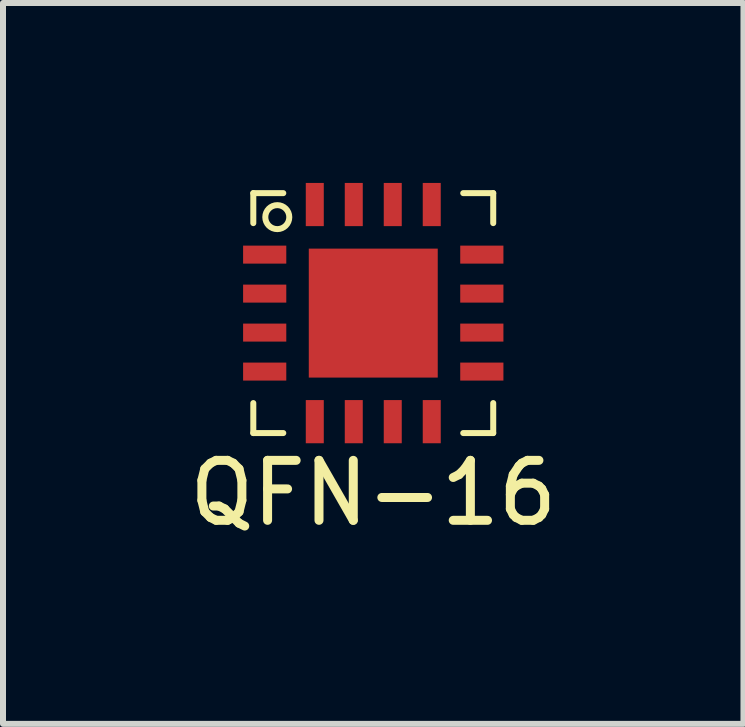
<source format=kicad_pcb>
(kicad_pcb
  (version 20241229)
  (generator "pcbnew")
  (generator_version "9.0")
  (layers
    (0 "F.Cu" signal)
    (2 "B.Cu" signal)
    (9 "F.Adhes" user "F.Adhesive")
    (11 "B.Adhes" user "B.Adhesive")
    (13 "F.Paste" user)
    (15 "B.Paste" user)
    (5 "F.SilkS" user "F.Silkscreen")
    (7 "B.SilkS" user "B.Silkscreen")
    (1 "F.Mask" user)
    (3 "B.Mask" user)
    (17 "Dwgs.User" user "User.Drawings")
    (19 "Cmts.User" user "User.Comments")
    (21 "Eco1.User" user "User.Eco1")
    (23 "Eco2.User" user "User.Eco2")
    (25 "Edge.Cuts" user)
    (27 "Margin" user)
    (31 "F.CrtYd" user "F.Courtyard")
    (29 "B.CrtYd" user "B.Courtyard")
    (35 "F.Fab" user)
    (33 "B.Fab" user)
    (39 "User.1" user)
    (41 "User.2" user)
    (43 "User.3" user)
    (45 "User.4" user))
  (footprint "QFN-16"
    (layer "F.Cu")
    (at 3.173 2.17)
    (property "Reference" "QFN-16" (at 0 3 0) (layer "F.SilkS") (effects (font (size 1 1) (thickness 0.15))))
    (attr through_hole)
    (fp_line (start -2 -2) (end -2 -1.5) (stroke (width 0.1) (type solid)) (layer "F.SilkS"))
    (fp_line (start -2 -2) (end -1.5 -2) (stroke (width 0.1) (type solid)) (layer "F.SilkS"))
    (fp_line (start -2 2) (end -2 1.5) (stroke (width 0.1) (type solid)) (layer "F.SilkS"))
    (fp_line (start -1.5 2) (end -2 2) (stroke (width 0.1) (type solid)) (layer "F.SilkS"))
    (fp_line (start 1.5 -2) (end 2 -2) (stroke (width 0.1) (type solid)) (layer "F.SilkS"))
    (fp_line (start 2 -2) (end 2 -1.5) (stroke (width 0.1) (type solid)) (layer "F.SilkS"))
    (fp_line (start 2 1.5) (end 2 2) (stroke (width 0.1) (type solid)) (layer "F.SilkS"))
    (fp_line (start 2 2) (end 1.5 2) (stroke (width 0.1) (type solid)) (layer "F.SilkS"))
    (fp_circle (center -1.6 -1.6) (end -1.4 -1.6) (stroke (width 0.1) (type solid)) (fill no) (layer "F.SilkS"))
    (pad "1" smd rect (at -1.81 -0.975) (size 0.72 0.3) (layers "F.Cu" "F.Mask" "F.Paste"))
    (pad "2" smd rect (at -1.81 -0.325) (size 0.72 0.3) (layers "F.Cu" "F.Mask" "F.Paste"))
    (pad "3" smd rect (at -1.81 0.325) (size 0.72 0.3) (layers "F.Cu" "F.Mask" "F.Paste"))
    (pad "4" smd rect (at -1.81 0.975) (size 0.72 0.3) (layers "F.Cu" "F.Mask" "F.Paste"))
    (pad "5" smd rect (at -0.975 1.81) (size 0.3 0.72) (layers "F.Cu" "F.Mask" "F.Paste"))
    (pad "6" smd rect (at -0.325 1.81) (size 0.3 0.72) (layers "F.Cu" "F.Mask" "F.Paste"))
    (pad "7" smd rect (at 0.325 1.81) (size 0.3 0.72) (layers "F.Cu" "F.Mask" "F.Paste"))
    (pad "8" smd rect (at 0.975 1.81) (size 0.3 0.72) (layers "F.Cu" "F.Mask" "F.Paste"))
    (pad "9" smd rect (at 1.81 0.975) (size 0.72 0.3) (layers "F.Cu" "F.Mask" "F.Paste"))
    (pad "10" smd rect (at 1.81 0.325) (size 0.72 0.3) (layers "F.Cu" "F.Mask" "F.Paste"))
    (pad "11" smd rect (at 1.81 -0.325) (size 0.72 0.3) (layers "F.Cu" "F.Mask" "F.Paste"))
    (pad "12" smd rect (at 1.81 -0.975) (size 0.72 0.3) (layers "F.Cu" "F.Mask" "F.Paste"))
    (pad "13" smd rect (at 0.975 -1.81) (size 0.3 0.72) (layers "F.Cu" "F.Mask" "F.Paste"))
    (pad "14" smd rect (at 0.325 -1.81) (size 0.3 0.72) (layers "F.Cu" "F.Mask" "F.Paste"))
    (pad "15" smd rect (at -0.325 -1.81) (size 0.3 0.72) (layers "F.Cu" "F.Mask" "F.Paste"))
    (pad "16" smd rect (at -0.975 -1.81) (size 0.3 0.72) (layers "F.Cu" "F.Mask" "F.Paste"))
    (pad "~" smd rect (at 0 0) (size 2.15 2.15) (layers "F.Cu" "F.Mask" "F.Paste")))
  (gr_rect
    (start -3 -3)
    (end 9.345 9.018)
    (stroke (width 0.1) (type default))
    (fill no)
    (layer "Edge.Cuts")))
</source>
